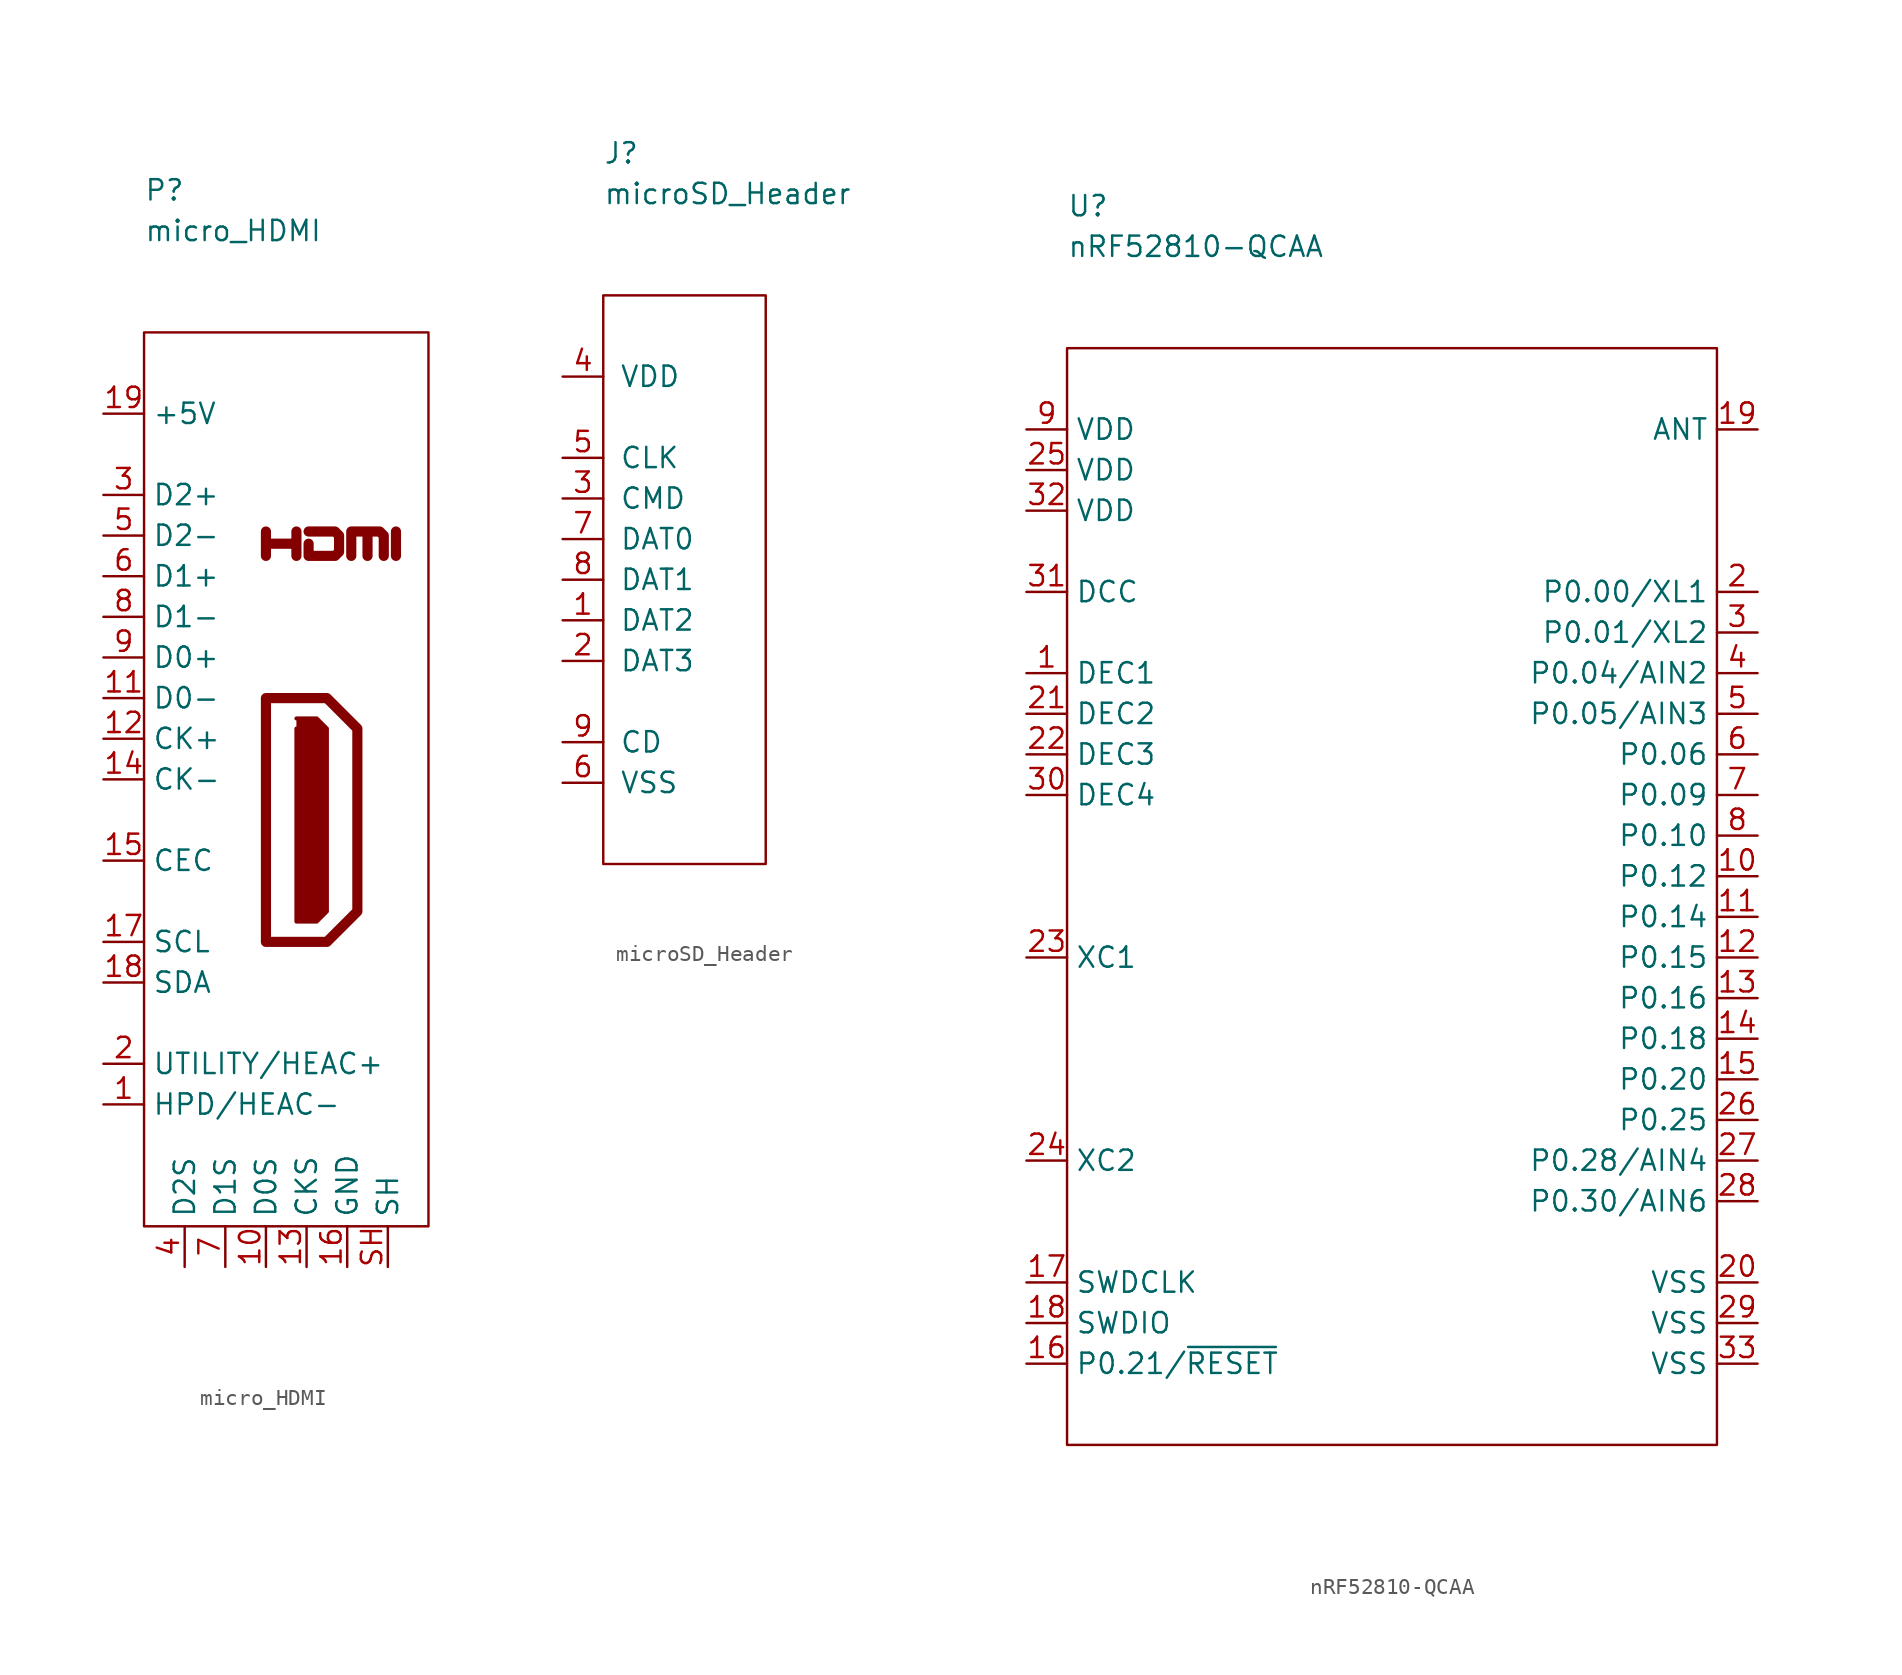
<source format=kicad_sym>
(kicad_symbol_lib
  (version 20211014)
  (generator kicad_symbol_editor)
  (symbol "micro_HDMI"
    (property "Reference" "P"
      (at 0 8.89 0)
      (effects (font (size 1.27 1.27)) (justify left)))
    (property "Value" "micro_HDMI"
      (at 0 6.35 0)
      (effects (font (size 1.27 1.27)) (justify left)))
    (symbol "micro_HDMI_0_0"
      (polyline (pts (xy 15.748 -13.97) (xy 15.748 -12.446)) (stroke (width 0.635) (type default) (color 0 0 0 0)) (fill (type none)))
      (polyline (pts (xy 7.62 -13.97) (xy 7.62 -12.446) (xy 7.62 -13.208) (xy 9.525 -13.208) (xy 9.525 -12.446) (xy 9.525 -13.97)) (stroke (width 0.635) (type default) (color 0 0 0 0)) (fill (type none)))
      (polyline (pts (xy 10.287 -12.446) (xy 11.938 -12.446) (xy 12.192 -12.7) (xy 12.192 -13.716) (xy 11.938 -13.97) (xy 10.287 -13.97) (xy 10.287 -13.208)) (stroke (width 0.635) (type default) (color 0 0 0 0)) (fill (type none))))
    (symbol "micro_HDMI_0_1"
      (polyline (pts (xy 7.62 -22.86) (xy 11.43 -22.86) (xy 13.335 -24.765) (xy 13.335 -36.195) (xy 11.43 -38.1) (xy 7.62 -38.1) (xy 7.62 -22.86)) (stroke (width 0.635) (type default) (color 0 0 0 0)) (fill (type none)))
      (polyline (pts (xy 9.525 -24.13) (xy 10.795 -24.13) (xy 11.43 -24.765) (xy 11.43 -36.195) (xy 10.795 -36.83) (xy 9.525 -36.83) (xy 9.525 -24.765)) (stroke (width 0.254) (type default) (color 0 0 0 0)) (fill (type outline)))
      (polyline (pts (xy 12.954 -13.97) (xy 12.954 -12.446) (xy 13.97 -12.446) (xy 13.97 -13.97) (xy 13.97 -12.446) (xy 14.732 -12.446) (xy 14.986 -12.7) (xy 14.986 -13.97)) (stroke (width 0.635) (type default) (color 0 0 0 0)) (fill (type none)))
      (rectangle (start 0 0) (end 17.78 -55.88) (stroke (width 0.152) (type default) (color 0 0 0 0)) (fill (type none))))
    (symbol "micro_HDMI_1_1"
      (pin passive line (at -2.54 -48.26 0) (length 2.54) (name "HPD/HEAC-" (effects (font (size 1.27 1.27)))) (number "1" (effects (font (size 1.27 1.27)))))
      (pin passive line (at 7.62 -58.42 90) (length 2.54) (name "D0S" (effects (font (size 1.27 1.27)))) (number "10" (effects (font (size 1.27 1.27)))))
      (pin passive line (at -2.54 -22.86 0) (length 2.54) (name "D0-" (effects (font (size 1.27 1.27)))) (number "11" (effects (font (size 1.27 1.27)))))
      (pin passive line (at -2.54 -25.4 0) (length 2.54) (name "CK+" (effects (font (size 1.27 1.27)))) (number "12" (effects (font (size 1.27 1.27)))))
      (pin passive line (at 10.16 -58.42 90) (length 2.54) (name "CKS" (effects (font (size 1.27 1.27)))) (number "13" (effects (font (size 1.27 1.27)))))
      (pin passive line (at -2.54 -27.94 0) (length 2.54) (name "CK-" (effects (font (size 1.27 1.27)))) (number "14" (effects (font (size 1.27 1.27)))))
      (pin passive line (at -2.54 -33.02 0) (length 2.54) (name "CEC" (effects (font (size 1.27 1.27)))) (number "15" (effects (font (size 1.27 1.27)))))
      (pin passive line (at 12.7 -58.42 90) (length 2.54) (name "GND" (effects (font (size 1.27 1.27)))) (number "16" (effects (font (size 1.27 1.27)))))
      (pin passive line (at -2.54 -38.1 0) (length 2.54) (name "SCL" (effects (font (size 1.27 1.27)))) (number "17" (effects (font (size 1.27 1.27)))))
      (pin passive line (at -2.54 -40.64 0) (length 2.54) (name "SDA" (effects (font (size 1.27 1.27)))) (number "18" (effects (font (size 1.27 1.27)))))
      (pin passive line (at -2.54 -5.08 0) (length 2.54) (name "+5V" (effects (font (size 1.27 1.27)))) (number "19" (effects (font (size 1.27 1.27)))))
      (pin passive line (at -2.54 -45.72 0) (length 2.54) (name "UTILITY/HEAC+" (effects (font (size 1.27 1.27)))) (number "2" (effects (font (size 1.27 1.27)))))
      (pin passive line (at -2.54 -10.16 0) (length 2.54) (name "D2+" (effects (font (size 1.27 1.27)))) (number "3" (effects (font (size 1.27 1.27)))))
      (pin passive line (at 2.54 -58.42 90) (length 2.54) (name "D2S" (effects (font (size 1.27 1.27)))) (number "4" (effects (font (size 1.27 1.27)))))
      (pin passive line (at -2.54 -12.7 0) (length 2.54) (name "D2-" (effects (font (size 1.27 1.27)))) (number "5" (effects (font (size 1.27 1.27)))))
      (pin passive line (at -2.54 -15.24 0) (length 2.54) (name "D1+" (effects (font (size 1.27 1.27)))) (number "6" (effects (font (size 1.27 1.27)))))
      (pin passive line (at 5.08 -58.42 90) (length 2.54) (name "D1S" (effects (font (size 1.27 1.27)))) (number "7" (effects (font (size 1.27 1.27)))))
      (pin passive line (at -2.54 -17.78 0) (length 2.54) (name "D1-" (effects (font (size 1.27 1.27)))) (number "8" (effects (font (size 1.27 1.27)))))
      (pin passive line (at -2.54 -20.32 0) (length 2.54) (name "D0+" (effects (font (size 1.27 1.27)))) (number "9" (effects (font (size 1.27 1.27)))))
      (pin passive line (at 15.24 -58.42 90) (length 2.54) (name "SH" (effects (font (size 1.27 1.27)))) (number "SH" (effects (font (size 1.27 1.27)))))))
  (symbol "microSD_Header"
    (pin_names
      (offset 1.016))
    (property "Reference" "J"
      (at 0 8.89 0)
      (effects (font (size 1.27 1.27)) (justify left)))
    (property "Value" "microSD_Header"
      (at 0 6.35 0)
      (effects (font (size 1.27 1.27)) (justify left)))
    (symbol "microSD_Header_0_1"
      (rectangle (start 0 0) (end 10.16 -35.56) (stroke (width 0.152) (type default) (color 0 0 0 0)) (fill (type none))))
    (symbol "microSD_Header_1_1"
      (pin passive line (at -2.54 -20.32 0) (length 2.54) (name "DAT2" (effects (font (size 1.27 1.27)))) (number "1" (effects (font (size 1.27 1.27)))))
      (pin passive line (at -2.54 -22.86 0) (length 2.54) (name "DAT3" (effects (font (size 1.27 1.27)))) (number "2" (effects (font (size 1.27 1.27)))))
      (pin passive line (at -2.54 -12.7 0) (length 2.54) (name "CMD" (effects (font (size 1.27 1.27)))) (number "3" (effects (font (size 1.27 1.27)))))
      (pin passive line (at -2.54 -5.08 0) (length 2.54) (name "VDD" (effects (font (size 1.27 1.27)))) (number "4" (effects (font (size 1.27 1.27)))))
      (pin passive line (at -2.54 -10.16 0) (length 2.54) (name "CLK" (effects (font (size 1.27 1.27)))) (number "5" (effects (font (size 1.27 1.27)))))
      (pin passive line (at -2.54 -30.48 0) (length 2.54) (name "VSS" (effects (font (size 1.27 1.27)))) (number "6" (effects (font (size 1.27 1.27)))))
      (pin passive line (at -2.54 -15.24 0) (length 2.54) (name "DAT0" (effects (font (size 1.27 1.27)))) (number "7" (effects (font (size 1.27 1.27)))))
      (pin passive line (at -2.54 -17.78 0) (length 2.54) (name "DAT1" (effects (font (size 1.27 1.27)))) (number "8" (effects (font (size 1.27 1.27)))))
      (pin passive line (at -2.54 -27.94 0) (length 2.54) (name "CD" (effects (font (size 1.27 1.27)))) (number "9" (effects (font (size 1.27 1.27)))))))
  (symbol "nRF52810-QCAA"
    (property "Reference" "U"
      (at 0 8.89 0)
      (effects (font (size 1.27 1.27)) (justify left)))
    (property "Value" "nRF52810-QCAA"
      (at 0 6.35 0)
      (effects (font (size 1.27 1.27)) (justify left)))
    (symbol "nRF52810-QCAA_0_1"
      (rectangle (start 0 0) (end 40.64 -68.58) (stroke (width 0.152) (type default) (color 0 0 0 0)) (fill (type none))))
    (symbol "nRF52810-QCAA_1_1"
      (pin passive line (at -2.54 -20.32 0) (length 2.54) (name "DEC1" (effects (font (size 1.27 1.27)))) (number "1" (effects (font (size 1.27 1.27)))))
      (pin bidirectional line (at 43.18 -33.02 180) (length 2.54) (name "P0.12" (effects (font (size 1.27 1.27)))) (number "10" (effects (font (size 1.27 1.27)))))
      (pin bidirectional line (at 43.18 -35.56 180) (length 2.54) (name "P0.14" (effects (font (size 1.27 1.27)))) (number "11" (effects (font (size 1.27 1.27)))))
      (pin bidirectional line (at 43.18 -38.1 180) (length 2.54) (name "P0.15" (effects (font (size 1.27 1.27)))) (number "12" (effects (font (size 1.27 1.27)))))
      (pin bidirectional line (at 43.18 -40.64 180) (length 2.54) (name "P0.16" (effects (font (size 1.27 1.27)))) (number "13" (effects (font (size 1.27 1.27)))))
      (pin bidirectional line (at 43.18 -43.18 180) (length 2.54) (name "P0.18" (effects (font (size 1.27 1.27)))) (number "14" (effects (font (size 1.27 1.27)))))
      (pin bidirectional line (at 43.18 -45.72 180) (length 2.54) (name "P0.20" (effects (font (size 1.27 1.27)))) (number "15" (effects (font (size 1.27 1.27)))))
      (pin passive line (at -2.54 -63.5 0) (length 2.54) (name "P0.21/~{RESET}" (effects (font (size 1.27 1.27)))) (number "16" (effects (font (size 1.27 1.27)))))
      (pin passive line (at -2.54 -58.42 0) (length 2.54) (name "SWDCLK" (effects (font (size 1.27 1.27)))) (number "17" (effects (font (size 1.27 1.27)))))
      (pin passive line (at -2.54 -60.96 0) (length 2.54) (name "SWDIO" (effects (font (size 1.27 1.27)))) (number "18" (effects (font (size 1.27 1.27)))))
      (pin passive line (at 43.18 -5.08 180) (length 2.54) (name "ANT" (effects (font (size 1.27 1.27)))) (number "19" (effects (font (size 1.27 1.27)))))
      (pin bidirectional line (at 43.18 -15.24 180) (length 2.54) (name "P0.00/XL1" (effects (font (size 1.27 1.27)))) (number "2" (effects (font (size 1.27 1.27)))))
      (pin passive line (at 43.18 -58.42 180) (length 2.54) (name "VSS" (effects (font (size 1.27 1.27)))) (number "20" (effects (font (size 1.27 1.27)))))
      (pin passive line (at -2.54 -22.86 0) (length 2.54) (name "DEC2" (effects (font (size 1.27 1.27)))) (number "21" (effects (font (size 1.27 1.27)))))
      (pin passive line (at -2.54 -25.4 0) (length 2.54) (name "DEC3" (effects (font (size 1.27 1.27)))) (number "22" (effects (font (size 1.27 1.27)))))
      (pin passive line (at -2.54 -38.1 0) (length 2.54) (name "XC1" (effects (font (size 1.27 1.27)))) (number "23" (effects (font (size 1.27 1.27)))))
      (pin passive line (at -2.54 -50.8 0) (length 2.54) (name "XC2" (effects (font (size 1.27 1.27)))) (number "24" (effects (font (size 1.27 1.27)))))
      (pin passive line (at -2.54 -7.62 0) (length 2.54) (name "VDD" (effects (font (size 1.27 1.27)))) (number "25" (effects (font (size 1.27 1.27)))))
      (pin bidirectional line (at 43.18 -48.26 180) (length 2.54) (name "P0.25" (effects (font (size 1.27 1.27)))) (number "26" (effects (font (size 1.27 1.27)))))
      (pin bidirectional line (at 43.18 -50.8 180) (length 2.54) (name "P0.28/AIN4" (effects (font (size 1.27 1.27)))) (number "27" (effects (font (size 1.27 1.27)))))
      (pin bidirectional line (at 43.18 -53.34 180) (length 2.54) (name "P0.30/AIN6" (effects (font (size 1.27 1.27)))) (number "28" (effects (font (size 1.27 1.27)))))
      (pin passive line (at 43.18 -60.96 180) (length 2.54) (name "VSS" (effects (font (size 1.27 1.27)))) (number "29" (effects (font (size 1.27 1.27)))))
      (pin bidirectional line (at 43.18 -17.78 180) (length 2.54) (name "P0.01/XL2" (effects (font (size 1.27 1.27)))) (number "3" (effects (font (size 1.27 1.27)))))
      (pin passive line (at -2.54 -27.94 0) (length 2.54) (name "DEC4" (effects (font (size 1.27 1.27)))) (number "30" (effects (font (size 1.27 1.27)))))
      (pin passive line (at -2.54 -15.24 0) (length 2.54) (name "DCC" (effects (font (size 1.27 1.27)))) (number "31" (effects (font (size 1.27 1.27)))))
      (pin passive line (at -2.54 -10.16 0) (length 2.54) (name "VDD" (effects (font (size 1.27 1.27)))) (number "32" (effects (font (size 1.27 1.27)))))
      (pin passive line (at 43.18 -63.5 180) (length 2.54) (name "VSS" (effects (font (size 1.27 1.27)))) (number "33" (effects (font (size 1.27 1.27)))))
      (pin bidirectional line (at 43.18 -20.32 180) (length 2.54) (name "P0.04/AIN2" (effects (font (size 1.27 1.27)))) (number "4" (effects (font (size 1.27 1.27)))))
      (pin bidirectional line (at 43.18 -22.86 180) (length 2.54) (name "P0.05/AIN3" (effects (font (size 1.27 1.27)))) (number "5" (effects (font (size 1.27 1.27)))))
      (pin bidirectional line (at 43.18 -25.4 180) (length 2.54) (name "P0.06" (effects (font (size 1.27 1.27)))) (number "6" (effects (font (size 1.27 1.27)))))
      (pin bidirectional line (at 43.18 -27.94 180) (length 2.54) (name "P0.09" (effects (font (size 1.27 1.27)))) (number "7" (effects (font (size 1.27 1.27)))))
      (pin bidirectional line (at 43.18 -30.48 180) (length 2.54) (name "P0.10" (effects (font (size 1.27 1.27)))) (number "8" (effects (font (size 1.27 1.27)))))
      (pin passive line (at -2.54 -5.08 0) (length 2.54) (name "VDD" (effects (font (size 1.27 1.27)))) (number "9" (effects (font (size 1.27 1.27))))))))
</source>
